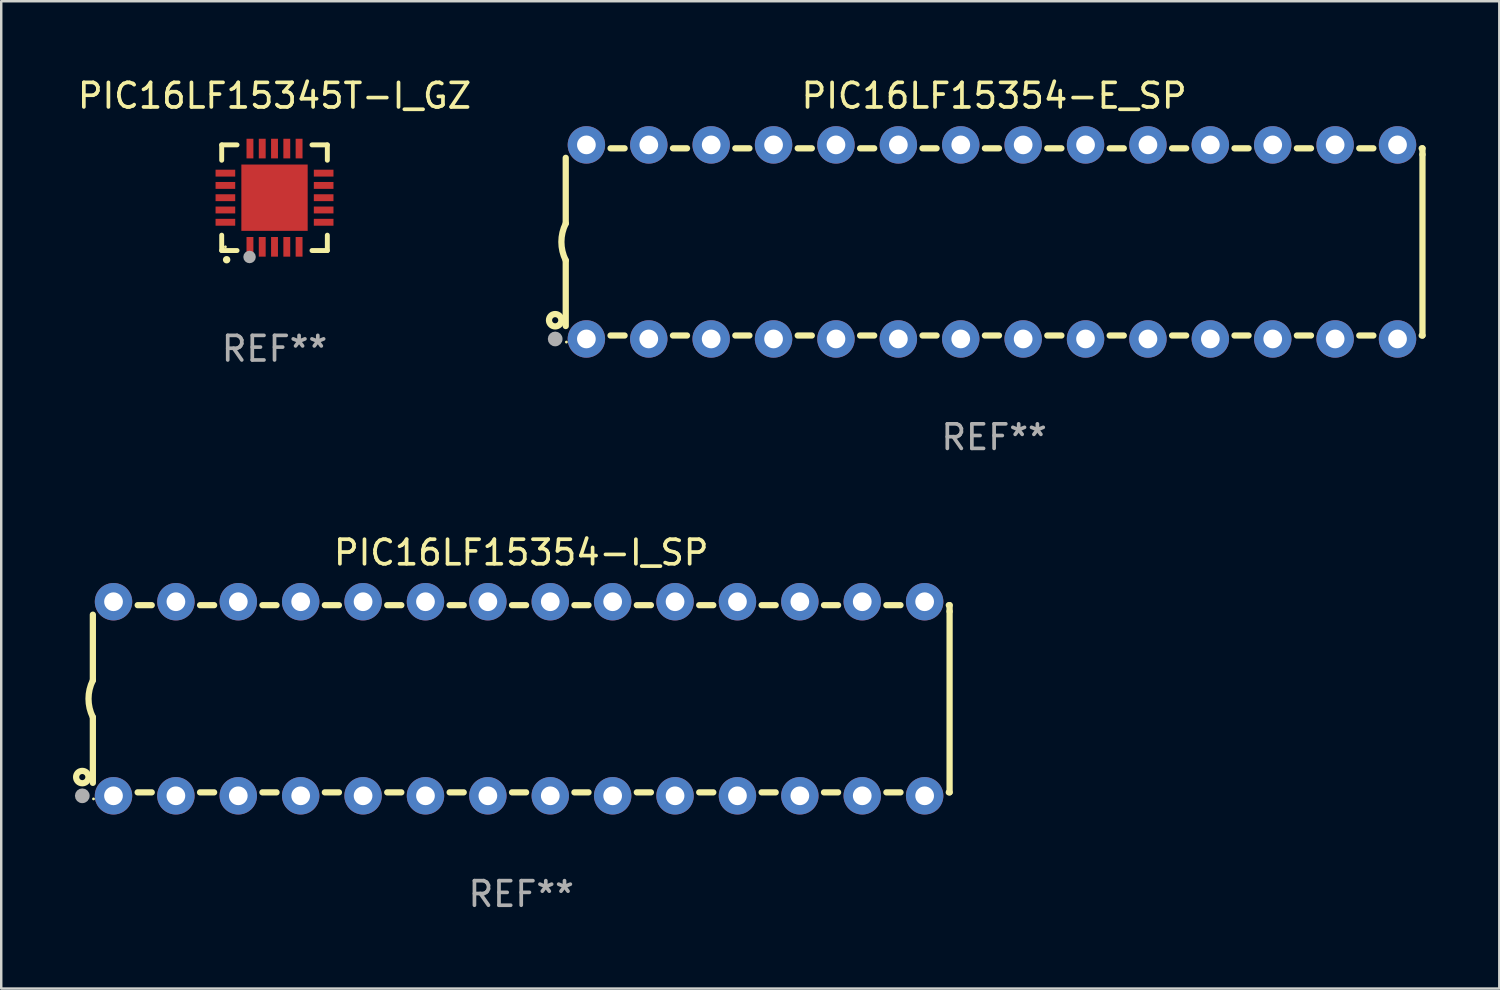
<source format=kicad_pcb>
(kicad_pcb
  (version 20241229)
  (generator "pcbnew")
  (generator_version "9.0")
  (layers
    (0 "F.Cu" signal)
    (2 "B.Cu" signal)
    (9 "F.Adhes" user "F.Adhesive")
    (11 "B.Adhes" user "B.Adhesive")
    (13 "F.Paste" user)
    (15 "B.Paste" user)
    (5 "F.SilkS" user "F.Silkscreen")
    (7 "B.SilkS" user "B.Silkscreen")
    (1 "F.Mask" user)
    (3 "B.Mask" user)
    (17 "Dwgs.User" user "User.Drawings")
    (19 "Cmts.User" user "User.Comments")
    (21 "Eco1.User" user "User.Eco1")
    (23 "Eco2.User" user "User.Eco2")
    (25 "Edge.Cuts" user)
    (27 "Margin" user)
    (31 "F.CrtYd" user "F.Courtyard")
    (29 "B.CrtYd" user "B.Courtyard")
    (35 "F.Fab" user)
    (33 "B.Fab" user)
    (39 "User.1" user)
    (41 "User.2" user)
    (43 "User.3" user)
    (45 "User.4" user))
  (footprint "PIC16LF15354-E_SP"
    (layer "F.Cu")
    (at 37.418 6.798)
    (property "Reference" "PIC16LF15354-E_SP" (at 0 -5.95 0) (layer "F.SilkS") (effects (font (size 1 1) (thickness 0.15))))
    (attr through_hole)
    (fp_line (start -17.438 0.75) (end -17.438 3.423) (stroke (width 0.254) (type solid)) (layer "F.SilkS"))
    (fp_line (start -17.438 -3.423) (end -17.438 -0.75) (stroke (width 0.254) (type solid)) (layer "F.SilkS"))
    (fp_line (start -15.615 3.81) (end -15.041 3.81) (stroke (width 0.254) (type solid)) (layer "F.SilkS"))
    (fp_line (start -15.041 -3.81) (end -15.614 -3.81) (stroke (width 0.254) (type solid)) (layer "F.SilkS"))
    (fp_line (start -13.075 3.81) (end -12.501 3.81) (stroke (width 0.254) (type solid)) (layer "F.SilkS"))
    (fp_line (start -12.501 -3.81) (end -13.074 -3.81) (stroke (width 0.254) (type solid)) (layer "F.SilkS"))
    (fp_line (start -10.535 3.81) (end -9.961 3.81) (stroke (width 0.254) (type solid)) (layer "F.SilkS"))
    (fp_line (start -9.961 -3.81) (end -10.534 -3.81) (stroke (width 0.254) (type solid)) (layer "F.SilkS"))
    (fp_line (start -7.995 3.81) (end -7.421 3.81) (stroke (width 0.254) (type solid)) (layer "F.SilkS"))
    (fp_line (start -7.421 -3.81) (end -7.995 -3.81) (stroke (width 0.254) (type solid)) (layer "F.SilkS"))
    (fp_line (start -5.455 3.81) (end -4.881 3.81) (stroke (width 0.254) (type solid)) (layer "F.SilkS"))
    (fp_line (start -4.881 -3.81) (end -5.455 -3.81) (stroke (width 0.254) (type solid)) (layer "F.SilkS"))
    (fp_line (start -2.915 3.81) (end -2.341 3.81) (stroke (width 0.254) (type solid)) (layer "F.SilkS"))
    (fp_line (start -2.341 -3.81) (end -2.915 -3.81) (stroke (width 0.254) (type solid)) (layer "F.SilkS"))
    (fp_line (start -0.375 3.81) (end 0.199 3.81) (stroke (width 0.254) (type solid)) (layer "F.SilkS"))
    (fp_line (start 0.199 -3.81) (end -0.375 -3.81) (stroke (width 0.254) (type solid)) (layer "F.SilkS"))
    (fp_line (start 2.165 3.81) (end 2.739 3.81) (stroke (width 0.254) (type solid)) (layer "F.SilkS"))
    (fp_line (start 2.739 -3.81) (end 2.165 -3.81) (stroke (width 0.254) (type solid)) (layer "F.SilkS"))
    (fp_line (start 4.705 3.81) (end 5.279 3.81) (stroke (width 0.254) (type solid)) (layer "F.SilkS"))
    (fp_line (start 5.279 -3.81) (end 4.705 -3.81) (stroke (width 0.254) (type solid)) (layer "F.SilkS"))
    (fp_line (start 7.245 3.81) (end 7.819 3.81) (stroke (width 0.254) (type solid)) (layer "F.SilkS"))
    (fp_line (start 7.819 -3.81) (end 7.245 -3.81) (stroke (width 0.254) (type solid)) (layer "F.SilkS"))
    (fp_line (start 9.785 3.81) (end 10.359 3.81) (stroke (width 0.254) (type solid)) (layer "F.SilkS"))
    (fp_line (start 10.359 -3.81) (end 9.785 -3.81) (stroke (width 0.254) (type solid)) (layer "F.SilkS"))
    (fp_line (start 12.325 3.81) (end 12.899 3.81) (stroke (width 0.254) (type solid)) (layer "F.SilkS"))
    (fp_line (start 12.899 -3.81) (end 12.325 -3.81) (stroke (width 0.254) (type solid)) (layer "F.SilkS"))
    (fp_line (start 14.865 3.81) (end 15.439 3.81) (stroke (width 0.254) (type solid)) (layer "F.SilkS"))
    (fp_line (start 15.439 -3.81) (end 14.865 -3.81) (stroke (width 0.254) (type solid)) (layer "F.SilkS"))
    (fp_line (start 17.405 3.81) (end 17.438 3.81) (stroke (width 0.254) (type solid)) (layer "F.SilkS"))
    (fp_line (start 17.438 -3.81) (end 17.405 -3.81) (stroke (width 0.254) (type solid)) (layer "F.SilkS"))
    (fp_line (start 17.438 -3.556) (end 17.438 -3.81) (stroke (width 0.254) (type solid)) (layer "F.SilkS"))
    (fp_line (start 17.438 3.81) (end 17.438 -3.556) (stroke (width 0.254) (type solid)) (layer "F.SilkS"))
    (fp_arc (start -17.437986 0.749657) (mid -17.614887 -0.000024) (end -17.437783 -0.749657) (stroke (width 0.254001) (type solid)) (layer "F.SilkS"))
    (fp_circle (center -17.868 3.188) (end -17.743 3.188) (stroke (width 0.254) (type solid)) (fill no) (layer "F.SilkS"))
    (fp_circle (center -17.411 4.077) (end -17.381 4.077) (stroke (width 0.06) (type solid)) (fill no) (layer "F.SilkS"))
    (fp_circle (center -17.868 3.95) (end -17.718 3.95) (stroke (width 0.3) (type solid)) (fill no) (layer "F.Fab"))
    (fp_text user "REF**" (at 0 7.95 0) (layer "F.Fab") (effects (font (size 1 1) (thickness 0.15))))
    (pad "1" thru_hole circle (at -16.598 3.95) (size 1.524 1.524) (drill 0.762) (layers "*.Cu" "*.Mask"))
    (pad "2" thru_hole circle (at -14.058 3.95) (size 1.524 1.524) (drill 0.762) (layers "*.Cu" "*.Mask"))
    (pad "3" thru_hole circle (at -11.518 3.95) (size 1.524 1.524) (drill 0.762) (layers "*.Cu" "*.Mask"))
    (pad "4" thru_hole circle (at -8.978 3.95) (size 1.524 1.524) (drill 0.762) (layers "*.Cu" "*.Mask"))
    (pad "5" thru_hole circle (at -6.438 3.95) (size 1.524 1.524) (drill 0.762) (layers "*.Cu" "*.Mask"))
    (pad "6" thru_hole circle (at -3.898 3.95) (size 1.524 1.524) (drill 0.762) (layers "*.Cu" "*.Mask"))
    (pad "7" thru_hole circle (at -1.358 3.95) (size 1.524 1.524) (drill 0.762) (layers "*.Cu" "*.Mask"))
    (pad "8" thru_hole circle (at 1.182 3.95) (size 1.524 1.524) (drill 0.762) (layers "*.Cu" "*.Mask"))
    (pad "9" thru_hole circle (at 3.722 3.95) (size 1.524 1.524) (drill 0.762) (layers "*.Cu" "*.Mask"))
    (pad "10" thru_hole circle (at 6.262 3.95) (size 1.524 1.524) (drill 0.762) (layers "*.Cu" "*.Mask"))
    (pad "11" thru_hole circle (at 8.802 3.95) (size 1.524 1.524) (drill 0.762) (layers "*.Cu" "*.Mask"))
    (pad "12" thru_hole circle (at 11.342 3.95) (size 1.524 1.524) (drill 0.762) (layers "*.Cu" "*.Mask"))
    (pad "13" thru_hole circle (at 13.882 3.95) (size 1.524 1.524) (drill 0.762) (layers "*.Cu" "*.Mask"))
    (pad "14" thru_hole circle (at 16.422 3.95) (size 1.524 1.524) (drill 0.762) (layers "*.Cu" "*.Mask"))
    (pad "15" thru_hole circle (at 16.422 -3.95) (size 1.524 1.524) (drill 0.762) (layers "*.Cu" "*.Mask"))
    (pad "16" thru_hole circle (at 13.882 -3.95) (size 1.524 1.524) (drill 0.762) (layers "*.Cu" "*.Mask"))
    (pad "17" thru_hole circle (at 11.342 -3.95) (size 1.524 1.524) (drill 0.762) (layers "*.Cu" "*.Mask"))
    (pad "18" thru_hole circle (at 8.802 -3.95) (size 1.524 1.524) (drill 0.762) (layers "*.Cu" "*.Mask"))
    (pad "19" thru_hole circle (at 6.262 -3.95) (size 1.524 1.524) (drill 0.762) (layers "*.Cu" "*.Mask"))
    (pad "20" thru_hole circle (at 3.722 -3.95) (size 1.524 1.524) (drill 0.762) (layers "*.Cu" "*.Mask"))
    (pad "21" thru_hole circle (at 1.182 -3.95) (size 1.524 1.524) (drill 0.762) (layers "*.Cu" "*.Mask"))
    (pad "22" thru_hole circle (at -1.358 -3.95) (size 1.524 1.524) (drill 0.762) (layers "*.Cu" "*.Mask"))
    (pad "23" thru_hole circle (at -3.898 -3.95) (size 1.524 1.524) (drill 0.762) (layers "*.Cu" "*.Mask"))
    (pad "24" thru_hole circle (at -6.438 -3.95) (size 1.524 1.524) (drill 0.762) (layers "*.Cu" "*.Mask"))
    (pad "25" thru_hole circle (at -8.978 -3.95) (size 1.524 1.524) (drill 0.762) (layers "*.Cu" "*.Mask"))
    (pad "26" thru_hole circle (at -11.517 -3.95) (size 1.524 1.524) (drill 0.762) (layers "*.Cu" "*.Mask"))
    (pad "27" thru_hole circle (at -14.057 -3.95) (size 1.524 1.524) (drill 0.762) (layers "*.Cu" "*.Mask"))
    (pad "28" thru_hole circle (at -16.597 -3.95) (size 1.524 1.524) (drill 0.762) (layers "*.Cu" "*.Mask")))
  (footprint "PIC16LF15345T-I_GZ"
    (layer "F.Cu")
    (at 8.125 4.998)
    (property "Reference" "PIC16LF15345T-I_GZ" (at 0 -4.15 0) (layer "F.SilkS") (effects (font (size 1 1) (thickness 0.15))))
    (attr through_hole)
    (fp_line (start -2.15 -2.15) (end -2.15 -1.525) (stroke (width 0.2) (type solid)) (layer "F.SilkS"))
    (fp_line (start -2.15 2.15) (end -2.15 1.525) (stroke (width 0.2) (type solid)) (layer "F.SilkS"))
    (fp_line (start -1.525 -2.15) (end -2.15 -2.15) (stroke (width 0.2) (type solid)) (layer "F.SilkS"))
    (fp_line (start -1.525 2.15) (end -2.15 2.15) (stroke (width 0.2) (type solid)) (layer "F.SilkS"))
    (fp_line (start 1.525 2.15) (end 2.15 2.15) (stroke (width 0.2) (type solid)) (layer "F.SilkS"))
    (fp_line (start 2.15 -2.15) (end 1.525 -2.15) (stroke (width 0.2) (type solid)) (layer "F.SilkS"))
    (fp_line (start 2.15 -1.525) (end 2.15 -2.15) (stroke (width 0.2) (type solid)) (layer "F.SilkS"))
    (fp_line (start 2.15 2.15) (end 2.15 1.525) (stroke (width 0.2) (type solid)) (layer "F.SilkS"))
    (fp_arc (start -1.950724 2.524765) (mid -1.949454 2.52476) (end -1.948184 2.524765) (stroke (width 0.3) (type solid)) (layer "F.SilkS"))
    (fp_circle (center -2 2) (end -1.97 2) (stroke (width 0.06) (type solid)) (fill no) (layer "F.SilkS"))
    (fp_circle (center -1.016 2.413) (end -0.889 2.413) (stroke (width 0.254) (type solid)) (fill no) (layer "F.Fab"))
    (fp_text user "REF**" (at 0 6.15 0) (layer "F.Fab") (effects (font (size 1 1) (thickness 0.15))))
    (pad "1" smd rect (at -1 2 180) (size 0.28 0.8) (layers "F.Cu" "F.Mask" "F.Paste"))
    (pad "2" smd rect (at -0.5 2 180) (size 0.28 0.8) (layers "F.Cu" "F.Mask" "F.Paste"))
    (pad "3" smd rect (at 0 2 180) (size 0.28 0.8) (layers "F.Cu" "F.Mask" "F.Paste"))
    (pad "4" smd rect (at 0.5 2 180) (size 0.28 0.8) (layers "F.Cu" "F.Mask" "F.Paste"))
    (pad "5" smd rect (at 1 2 180) (size 0.28 0.8) (layers "F.Cu" "F.Mask" "F.Paste"))
    (pad "6" smd rect (at 2 1 90) (size 0.28 0.8) (layers "F.Cu" "F.Mask" "F.Paste"))
    (pad "7" smd rect (at 2 0.5 90) (size 0.28 0.8) (layers "F.Cu" "F.Mask" "F.Paste"))
    (pad "8" smd rect (at 2 0 90) (size 0.28 0.8) (layers "F.Cu" "F.Mask" "F.Paste"))
    (pad "9" smd rect (at 2 -0.5 90) (size 0.28 0.8) (layers "F.Cu" "F.Mask" "F.Paste"))
    (pad "10" smd rect (at 2 -1 90) (size 0.28 0.8) (layers "F.Cu" "F.Mask" "F.Paste"))
    (pad "11" smd rect (at 1 -2 180) (size 0.28 0.8) (layers "F.Cu" "F.Mask" "F.Paste"))
    (pad "12" smd rect (at 0.5 -2 180) (size 0.28 0.8) (layers "F.Cu" "F.Mask" "F.Paste"))
    (pad "13" smd rect (at 0 -2 180) (size 0.28 0.8) (layers "F.Cu" "F.Mask" "F.Paste"))
    (pad "14" smd rect (at -0.5 -2 180) (size 0.28 0.8) (layers "F.Cu" "F.Mask" "F.Paste"))
    (pad "15" smd rect (at -1 -2 180) (size 0.28 0.8) (layers "F.Cu" "F.Mask" "F.Paste"))
    (pad "16" smd rect (at -2 -1 90) (size 0.28 0.8) (layers "F.Cu" "F.Mask" "F.Paste"))
    (pad "17" smd rect (at -2 -0.5 90) (size 0.28 0.8) (layers "F.Cu" "F.Mask" "F.Paste"))
    (pad "18" smd rect (at -2 0 90) (size 0.28 0.8) (layers "F.Cu" "F.Mask" "F.Paste"))
    (pad "19" smd rect (at -2 0.5 90) (size 0.28 0.8) (layers "F.Cu" "F.Mask" "F.Paste"))
    (pad "20" smd rect (at -2 1 90) (size 0.28 0.8) (layers "F.Cu" "F.Mask" "F.Paste"))
    (pad "21" smd rect (at 0 0 90) (size 2.7 2.7) (layers "F.Cu" "F.Mask" "F.Paste")))
  (footprint "PIC16LF15354-I_SP"
    (layer "F.Cu")
    (at 18.168 25.395)
    (property "Reference" "PIC16LF15354-I_SP" (at 0 -5.95 0) (layer "F.SilkS") (effects (font (size 1 1) (thickness 0.15))))
    (attr through_hole)
    (fp_line (start -17.438 0.75) (end -17.438 3.423) (stroke (width 0.254) (type solid)) (layer "F.SilkS"))
    (fp_line (start -17.438 -3.423) (end -17.438 -0.75) (stroke (width 0.254) (type solid)) (layer "F.SilkS"))
    (fp_line (start -15.615 3.81) (end -15.041 3.81) (stroke (width 0.254) (type solid)) (layer "F.SilkS"))
    (fp_line (start -15.041 -3.81) (end -15.614 -3.81) (stroke (width 0.254) (type solid)) (layer "F.SilkS"))
    (fp_line (start -13.075 3.81) (end -12.501 3.81) (stroke (width 0.254) (type solid)) (layer "F.SilkS"))
    (fp_line (start -12.501 -3.81) (end -13.074 -3.81) (stroke (width 0.254) (type solid)) (layer "F.SilkS"))
    (fp_line (start -10.535 3.81) (end -9.961 3.81) (stroke (width 0.254) (type solid)) (layer "F.SilkS"))
    (fp_line (start -9.961 -3.81) (end -10.534 -3.81) (stroke (width 0.254) (type solid)) (layer "F.SilkS"))
    (fp_line (start -7.995 3.81) (end -7.421 3.81) (stroke (width 0.254) (type solid)) (layer "F.SilkS"))
    (fp_line (start -7.421 -3.81) (end -7.995 -3.81) (stroke (width 0.254) (type solid)) (layer "F.SilkS"))
    (fp_line (start -5.455 3.81) (end -4.881 3.81) (stroke (width 0.254) (type solid)) (layer "F.SilkS"))
    (fp_line (start -4.881 -3.81) (end -5.455 -3.81) (stroke (width 0.254) (type solid)) (layer "F.SilkS"))
    (fp_line (start -2.915 3.81) (end -2.341 3.81) (stroke (width 0.254) (type solid)) (layer "F.SilkS"))
    (fp_line (start -2.341 -3.81) (end -2.915 -3.81) (stroke (width 0.254) (type solid)) (layer "F.SilkS"))
    (fp_line (start -0.375 3.81) (end 0.199 3.81) (stroke (width 0.254) (type solid)) (layer "F.SilkS"))
    (fp_line (start 0.199 -3.81) (end -0.375 -3.81) (stroke (width 0.254) (type solid)) (layer "F.SilkS"))
    (fp_line (start 2.165 3.81) (end 2.739 3.81) (stroke (width 0.254) (type solid)) (layer "F.SilkS"))
    (fp_line (start 2.739 -3.81) (end 2.165 -3.81) (stroke (width 0.254) (type solid)) (layer "F.SilkS"))
    (fp_line (start 4.705 3.81) (end 5.279 3.81) (stroke (width 0.254) (type solid)) (layer "F.SilkS"))
    (fp_line (start 5.279 -3.81) (end 4.705 -3.81) (stroke (width 0.254) (type solid)) (layer "F.SilkS"))
    (fp_line (start 7.245 3.81) (end 7.819 3.81) (stroke (width 0.254) (type solid)) (layer "F.SilkS"))
    (fp_line (start 7.819 -3.81) (end 7.245 -3.81) (stroke (width 0.254) (type solid)) (layer "F.SilkS"))
    (fp_line (start 9.785 3.81) (end 10.359 3.81) (stroke (width 0.254) (type solid)) (layer "F.SilkS"))
    (fp_line (start 10.359 -3.81) (end 9.785 -3.81) (stroke (width 0.254) (type solid)) (layer "F.SilkS"))
    (fp_line (start 12.325 3.81) (end 12.899 3.81) (stroke (width 0.254) (type solid)) (layer "F.SilkS"))
    (fp_line (start 12.899 -3.81) (end 12.325 -3.81) (stroke (width 0.254) (type solid)) (layer "F.SilkS"))
    (fp_line (start 14.865 3.81) (end 15.439 3.81) (stroke (width 0.254) (type solid)) (layer "F.SilkS"))
    (fp_line (start 15.439 -3.81) (end 14.865 -3.81) (stroke (width 0.254) (type solid)) (layer "F.SilkS"))
    (fp_line (start 17.405 3.81) (end 17.438 3.81) (stroke (width 0.254) (type solid)) (layer "F.SilkS"))
    (fp_line (start 17.438 -3.81) (end 17.405 -3.81) (stroke (width 0.254) (type solid)) (layer "F.SilkS"))
    (fp_line (start 17.438 -3.556) (end 17.438 -3.81) (stroke (width 0.254) (type solid)) (layer "F.SilkS"))
    (fp_line (start 17.438 3.81) (end 17.438 -3.556) (stroke (width 0.254) (type solid)) (layer "F.SilkS"))
    (fp_arc (start -17.437986 0.749657) (mid -17.614887 -0.000024) (end -17.437783 -0.749657) (stroke (width 0.254001) (type solid)) (layer "F.SilkS"))
    (fp_circle (center -17.868 3.188) (end -17.743 3.188) (stroke (width 0.254) (type solid)) (fill no) (layer "F.SilkS"))
    (fp_circle (center -17.411 4.077) (end -17.381 4.077) (stroke (width 0.06) (type solid)) (fill no) (layer "F.SilkS"))
    (fp_circle (center -17.868 3.95) (end -17.718 3.95) (stroke (width 0.3) (type solid)) (fill no) (layer "F.Fab"))
    (fp_text user "REF**" (at 0 7.95 0) (layer "F.Fab") (effects (font (size 1 1) (thickness 0.15))))
    (pad "1" thru_hole circle (at -16.598 3.95) (size 1.524 1.524) (drill 0.762) (layers "*.Cu" "*.Mask"))
    (pad "2" thru_hole circle (at -14.058 3.95) (size 1.524 1.524) (drill 0.762) (layers "*.Cu" "*.Mask"))
    (pad "3" thru_hole circle (at -11.518 3.95) (size 1.524 1.524) (drill 0.762) (layers "*.Cu" "*.Mask"))
    (pad "4" thru_hole circle (at -8.978 3.95) (size 1.524 1.524) (drill 0.762) (layers "*.Cu" "*.Mask"))
    (pad "5" thru_hole circle (at -6.438 3.95) (size 1.524 1.524) (drill 0.762) (layers "*.Cu" "*.Mask"))
    (pad "6" thru_hole circle (at -3.898 3.95) (size 1.524 1.524) (drill 0.762) (layers "*.Cu" "*.Mask"))
    (pad "7" thru_hole circle (at -1.358 3.95) (size 1.524 1.524) (drill 0.762) (layers "*.Cu" "*.Mask"))
    (pad "8" thru_hole circle (at 1.182 3.95) (size 1.524 1.524) (drill 0.762) (layers "*.Cu" "*.Mask"))
    (pad "9" thru_hole circle (at 3.722 3.95) (size 1.524 1.524) (drill 0.762) (layers "*.Cu" "*.Mask"))
    (pad "10" thru_hole circle (at 6.262 3.95) (size 1.524 1.524) (drill 0.762) (layers "*.Cu" "*.Mask"))
    (pad "11" thru_hole circle (at 8.802 3.95) (size 1.524 1.524) (drill 0.762) (layers "*.Cu" "*.Mask"))
    (pad "12" thru_hole circle (at 11.342 3.95) (size 1.524 1.524) (drill 0.762) (layers "*.Cu" "*.Mask"))
    (pad "13" thru_hole circle (at 13.882 3.95) (size 1.524 1.524) (drill 0.762) (layers "*.Cu" "*.Mask"))
    (pad "14" thru_hole circle (at 16.422 3.95) (size 1.524 1.524) (drill 0.762) (layers "*.Cu" "*.Mask"))
    (pad "15" thru_hole circle (at 16.422 -3.95) (size 1.524 1.524) (drill 0.762) (layers "*.Cu" "*.Mask"))
    (pad "16" thru_hole circle (at 13.882 -3.95) (size 1.524 1.524) (drill 0.762) (layers "*.Cu" "*.Mask"))
    (pad "17" thru_hole circle (at 11.342 -3.95) (size 1.524 1.524) (drill 0.762) (layers "*.Cu" "*.Mask"))
    (pad "18" thru_hole circle (at 8.802 -3.95) (size 1.524 1.524) (drill 0.762) (layers "*.Cu" "*.Mask"))
    (pad "19" thru_hole circle (at 6.262 -3.95) (size 1.524 1.524) (drill 0.762) (layers "*.Cu" "*.Mask"))
    (pad "20" thru_hole circle (at 3.722 -3.95) (size 1.524 1.524) (drill 0.762) (layers "*.Cu" "*.Mask"))
    (pad "21" thru_hole circle (at 1.182 -3.95) (size 1.524 1.524) (drill 0.762) (layers "*.Cu" "*.Mask"))
    (pad "22" thru_hole circle (at -1.358 -3.95) (size 1.524 1.524) (drill 0.762) (layers "*.Cu" "*.Mask"))
    (pad "23" thru_hole circle (at -3.898 -3.95) (size 1.524 1.524) (drill 0.762) (layers "*.Cu" "*.Mask"))
    (pad "24" thru_hole circle (at -6.438 -3.95) (size 1.524 1.524) (drill 0.762) (layers "*.Cu" "*.Mask"))
    (pad "25" thru_hole circle (at -8.978 -3.95) (size 1.524 1.524) (drill 0.762) (layers "*.Cu" "*.Mask"))
    (pad "26" thru_hole circle (at -11.517 -3.95) (size 1.524 1.524) (drill 0.762) (layers "*.Cu" "*.Mask"))
    (pad "27" thru_hole circle (at -14.057 -3.95) (size 1.524 1.524) (drill 0.762) (layers "*.Cu" "*.Mask"))
    (pad "28" thru_hole circle (at -16.597 -3.95) (size 1.524 1.524) (drill 0.762) (layers "*.Cu" "*.Mask")))
  (gr_rect
    (start -3 -3)
    (end 57.983 37.193)
    (stroke (width 0.1) (type default))
    (fill no)
    (layer "Edge.Cuts")))
</source>
